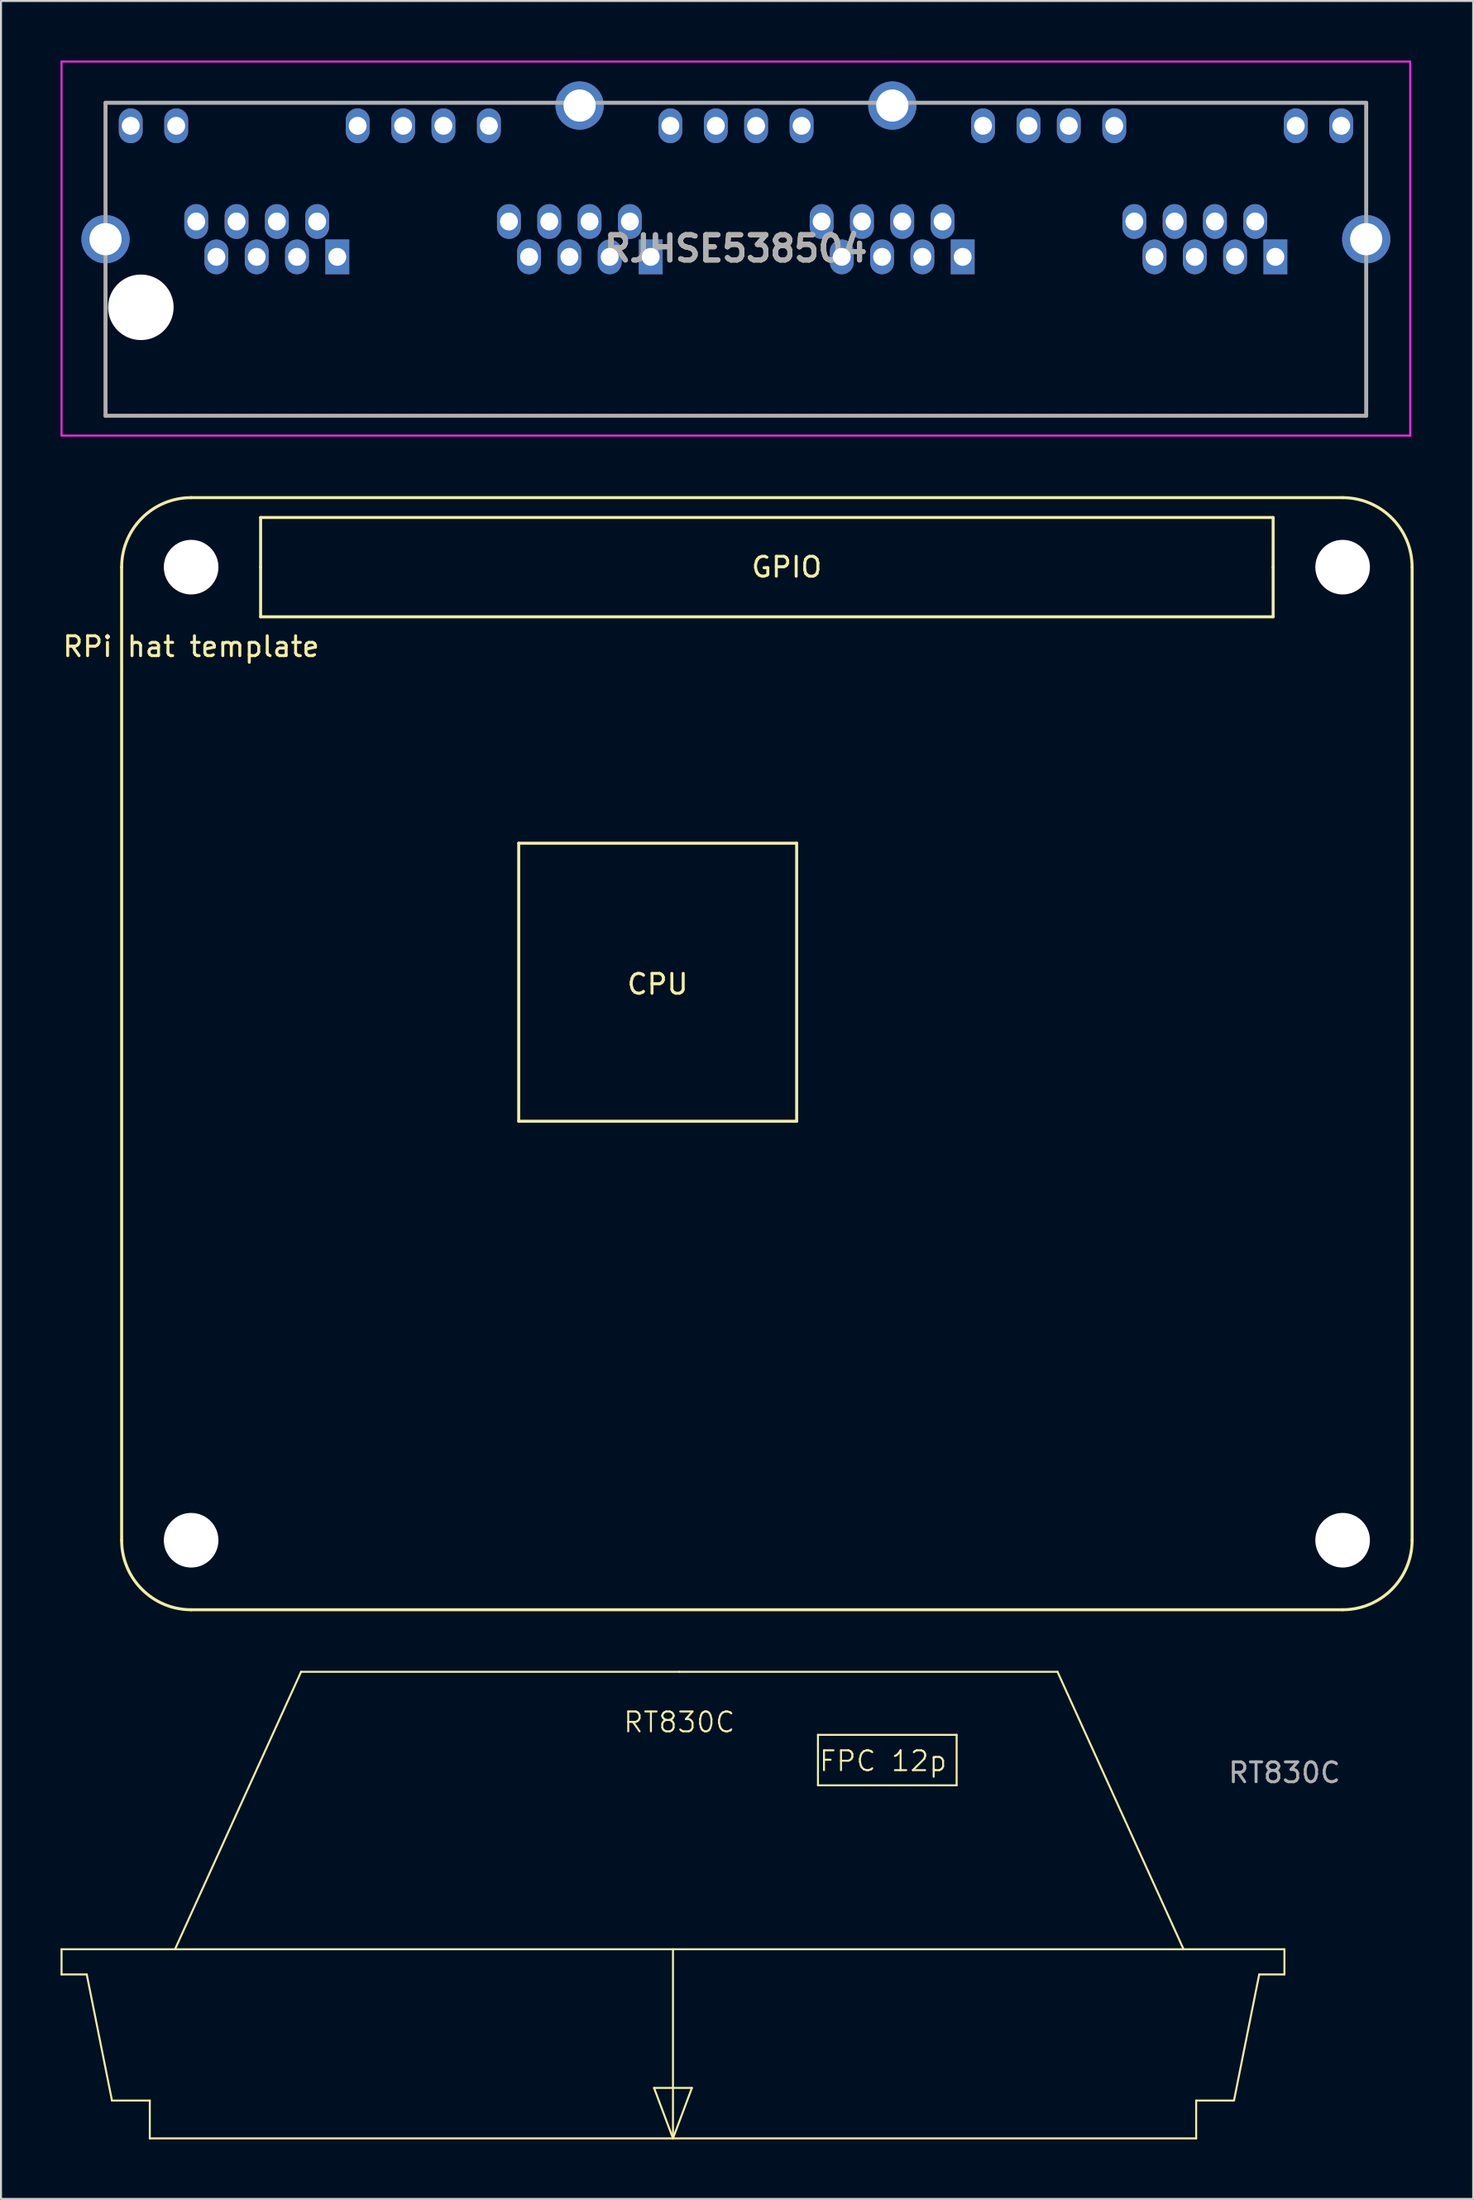
<source format=kicad_pcb>
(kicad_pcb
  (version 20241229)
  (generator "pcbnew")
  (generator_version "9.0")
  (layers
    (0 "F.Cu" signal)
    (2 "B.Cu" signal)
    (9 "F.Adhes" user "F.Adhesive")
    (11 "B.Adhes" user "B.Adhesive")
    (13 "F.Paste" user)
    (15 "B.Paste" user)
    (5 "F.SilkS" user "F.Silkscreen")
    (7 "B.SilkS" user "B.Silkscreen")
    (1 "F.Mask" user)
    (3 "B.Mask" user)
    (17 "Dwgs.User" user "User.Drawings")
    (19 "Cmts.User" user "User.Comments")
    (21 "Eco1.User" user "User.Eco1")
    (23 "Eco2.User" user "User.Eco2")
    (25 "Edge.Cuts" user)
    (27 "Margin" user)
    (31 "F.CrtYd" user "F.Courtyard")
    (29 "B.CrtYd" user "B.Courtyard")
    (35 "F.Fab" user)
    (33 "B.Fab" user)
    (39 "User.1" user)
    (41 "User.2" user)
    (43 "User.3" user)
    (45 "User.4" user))
  (footprint "RT830C"
    (layer "F.Cu")
    (at 61.645 95.105)
    (property "Reference" "RT830C" (at -30.48 -11.43 0) (unlocked yes) (layer "F.SilkS") (effects (font (size 1 1) (thickness 0.1))))
    (fp_line (start -61.595 0) (end -61.595 1.27) (stroke (width 0.1) (type default)) (layer "F.SilkS"))
    (fp_line (start -61.595 0) (end 0 0) (stroke (width 0.1) (type default)) (layer "F.SilkS"))
    (fp_line (start -61.595 1.27) (end -60.325 1.27) (stroke (width 0.1) (type default)) (layer "F.SilkS"))
    (fp_line (start -60.325 1.27) (end -59.055 7.62) (stroke (width 0.1) (type default)) (layer "F.SilkS"))
    (fp_line (start -59.055 7.62) (end -57.15 7.62) (stroke (width 0.1) (type default)) (layer "F.SilkS"))
    (fp_line (start -57.15 7.62) (end -57.15 9.525) (stroke (width 0.1) (type default)) (layer "F.SilkS"))
    (fp_line (start -57.15 9.525) (end -4.445 9.525) (stroke (width 0.1) (type default)) (layer "F.SilkS"))
    (fp_line (start -55.88 0) (end -49.53 -13.97) (stroke (width 0.1) (type default)) (layer "F.SilkS"))
    (fp_line (start -31.75 6.985) (end -29.845 6.985) (stroke (width 0.1) (type default)) (layer "F.SilkS"))
    (fp_line (start -30.797 0) (end -30.797 9.525) (stroke (width 0.1) (type default)) (layer "F.SilkS"))
    (fp_line (start -30.797 9.525) (end -31.75 6.985) (stroke (width 0.1) (type default)) (layer "F.SilkS"))
    (fp_line (start -30.48 -13.97) (end -49.53 -13.97) (stroke (width 0.1) (type default)) (layer "F.SilkS"))
    (fp_line (start -30.48 -13.97) (end -11.43 -13.97) (stroke (width 0.1) (type default)) (layer "F.SilkS"))
    (fp_line (start -29.845 6.985) (end -30.797 9.525) (stroke (width 0.1) (type default)) (layer "F.SilkS"))
    (fp_line (start -23.495 -10.795) (end -23.495 -8.255) (stroke (width 0.1) (type default)) (layer "F.SilkS"))
    (fp_line (start -23.495 -8.255) (end -16.51 -8.255) (stroke (width 0.1) (type default)) (layer "F.SilkS"))
    (fp_line (start -16.51 -10.795) (end -23.495 -10.795) (stroke (width 0.1) (type default)) (layer "F.SilkS"))
    (fp_line (start -16.51 -8.255) (end -16.51 -10.795) (stroke (width 0.1) (type default)) (layer "F.SilkS"))
    (fp_line (start -5.08 0) (end -11.43 -13.97) (stroke (width 0.1) (type default)) (layer "F.SilkS"))
    (fp_line (start -4.445 7.62) (end -4.445 9.525) (stroke (width 0.1) (type default)) (layer "F.SilkS"))
    (fp_line (start -2.54 7.62) (end -4.445 7.62) (stroke (width 0.1) (type default)) (layer "F.SilkS"))
    (fp_line (start -1.27 1.27) (end -2.54 7.62) (stroke (width 0.1) (type default)) (layer "F.SilkS"))
    (fp_line (start 0 0) (end 0 1.27) (stroke (width 0.1) (type default)) (layer "F.SilkS"))
    (fp_line (start 0 1.27) (end -1.27 1.27) (stroke (width 0.1) (type default)) (layer "F.SilkS"))
    (fp_text user "FPC 12p" (at -23.495 -8.89 0) (unlocked yes) (layer "F.SilkS") (effects (font (size 1 1) (thickness 0.1)) (justify left bottom)))
    (fp_text user "${REFERENCE}" (at 0 -8.89 0) (unlocked yes) (layer "F.Fab") (effects (font (size 1 1) (thickness 0.15)))))
  (footprint "RPi hat template"
    (layer "F.Cu")
    (at 6.577 25.51)
    (property "Reference" "RPi hat template" (at 0 4 0) (layer "F.SilkS") (effects (font (size 1 1) (thickness 0.15))))
    (attr through_hole)
    (fp_line (start -3.5 49) (end -3.5 0) (stroke (width 0.15) (type solid)) (layer "F.SilkS"))
    (fp_line (start 0 -3.5) (end 58 -3.5) (stroke (width 0.15) (type solid)) (layer "F.SilkS"))
    (fp_line (start 3.5 -2.5) (end 54.5 -2.5) (stroke (width 0.15) (type solid)) (layer "F.SilkS"))
    (fp_line (start 3.5 0) (end 3.5 -2.5) (stroke (width 0.15) (type solid)) (layer "F.SilkS"))
    (fp_line (start 3.5 2.5) (end 3.5 0) (stroke (width 0.15) (type solid)) (layer "F.SilkS"))
    (fp_line (start 16.5 13.9) (end 16.5 27.9) (stroke (width 0.15) (type solid)) (layer "F.SilkS"))
    (fp_line (start 16.5 27.9) (end 30.5 27.9) (stroke (width 0.15) (type solid)) (layer "F.SilkS"))
    (fp_line (start 30.5 13.9) (end 16.5 13.9) (stroke (width 0.15) (type solid)) (layer "F.SilkS"))
    (fp_line (start 30.5 13.9) (end 30.5 27.9) (stroke (width 0.15) (type solid)) (layer "F.SilkS"))
    (fp_line (start 54.5 -2.5) (end 54.5 0) (stroke (width 0.15) (type solid)) (layer "F.SilkS"))
    (fp_line (start 54.5 0) (end 54.5 2.5) (stroke (width 0.15) (type solid)) (layer "F.SilkS"))
    (fp_line (start 54.5 2.5) (end 3.5 2.5) (stroke (width 0.15) (type solid)) (layer "F.SilkS"))
    (fp_line (start 58 52.5) (end 0 52.5) (stroke (width 0.15) (type solid)) (layer "F.SilkS"))
    (fp_line (start 61.5 0) (end 61.5 49) (stroke (width 0.15) (type solid)) (layer "F.SilkS"))
    (fp_arc (start -3.5 0) (mid -2.474874 -2.474874) (end 0 -3.5) (stroke (width 0.15) (type solid)) (layer "F.SilkS"))
    (fp_arc (start 0 52.5) (mid -2.474874 51.474874) (end -3.5 49) (stroke (width 0.15) (type solid)) (layer "F.SilkS"))
    (fp_arc (start 58 -3.5) (mid 60.474874 -2.474874) (end 61.5 0) (stroke (width 0.15) (type solid)) (layer "F.SilkS"))
    (fp_arc (start 61.5 49) (mid 60.474874 51.474874) (end 58 52.5) (stroke (width 0.15) (type solid)) (layer "F.SilkS"))
    (fp_text user "GPIO" (at 30 0 0) (layer "F.SilkS") (effects (font (size 1 1) (thickness 0.15))))
    (fp_text user "CPU" (at 23.5 21 0) (layer "F.SilkS") (effects (font (size 1 1) (thickness 0.15))))
    (pad "" np_thru_hole circle (at 0 0) (size 2.75 2.75) (drill 2.75) (layers "*.Cu" "*.Mask"))
    (pad "" np_thru_hole circle (at 0 49) (size 2.75 2.75) (drill 2.75) (layers "*.Cu" "*.Mask"))
    (pad "" np_thru_hole circle (at 58 0) (size 2.75 2.75) (drill 2.75) (layers "*.Cu" "*.Mask"))
    (pad "" np_thru_hole circle (at 58 49) (size 2.75 2.75) (drill 2.75) (layers "*.Cu" "*.Mask")))
  (footprint "RJHSE538504"
    (layer "F.Cu")
    (at 14.015 9.885)
    (property "Reference" "RJHSE538504" (at 20 -0.418 0) (layer "F.SilkS") (effects (font (size 1.27 1.27) (thickness 0.254))))
    (attr through_hole)
    (fp_line (start -11.75 -7.76) (end -11.75 -3) (stroke (width 0.1) (type solid)) (layer "F.SilkS"))
    (fp_line (start -11.75 4.5) (end -11.75 8) (stroke (width 0.1) (type solid)) (layer "F.SilkS"))
    (fp_line (start -11.75 8) (end 51.75 8) (stroke (width 0.1) (type solid)) (layer "F.SilkS"))
    (fp_line (start 10 -7.76) (end -11.75 -7.76) (stroke (width 0.1) (type solid)) (layer "F.SilkS"))
    (fp_line (start 26 -7.76) (end 14 -7.76) (stroke (width 0.1) (type solid)) (layer "F.SilkS"))
    (fp_line (start 51.75 -7.76) (end 30 -7.76) (stroke (width 0.1) (type solid)) (layer "F.SilkS"))
    (fp_line (start 51.75 -3) (end 51.75 -7.76) (stroke (width 0.1) (type solid)) (layer "F.SilkS"))
    (fp_line (start 51.75 8) (end 51.75 4.5) (stroke (width 0.1) (type solid)) (layer "F.SilkS"))
    (fp_line (start -13.965 -9.835) (end 53.965 -9.835) (stroke (width 0.1) (type solid)) (layer "F.CrtYd"))
    (fp_line (start -13.965 9) (end -13.965 -9.835) (stroke (width 0.1) (type solid)) (layer "F.CrtYd"))
    (fp_line (start 53.965 -9.835) (end 53.965 9) (stroke (width 0.1) (type solid)) (layer "F.CrtYd"))
    (fp_line (start 53.965 9) (end -13.965 9) (stroke (width 0.1) (type solid)) (layer "F.CrtYd"))
    (fp_line (start -11.75 -7.76) (end 51.75 -7.76) (stroke (width 0.2) (type solid)) (layer "F.Fab"))
    (fp_line (start -11.75 8) (end -11.75 -7.76) (stroke (width 0.2) (type solid)) (layer "F.Fab"))
    (fp_line (start 51.75 -7.76) (end 51.75 8) (stroke (width 0.2) (type solid)) (layer "F.Fab"))
    (fp_line (start 51.75 8) (end -11.75 8) (stroke (width 0.2) (type solid)) (layer "F.Fab"))
    (fp_text user "${REFERENCE}" (at 20 -0.418 0) (layer "F.Fab") (effects (font (size 1.27 1.27) (thickness 0.254))))
    (pad "" np_thru_hole circle (at -9.97 2.54) (size 3.3 3.3) (drill 3.3) (layers "*.Cu" "*.Mask"))
    (pad "" np_thru_hole circle (at 49.97 2.54) (size 0.001 0.001) (drill 3.3) (layers "*.Cu" "*.Mask"))
    (pad "A1" thru_hole rect (at -0.075 0) (size 1.2 1.75) (drill 0.9) (layers "*.Cu" "*.Mask"))
    (pad "A2" thru_hole oval (at -1.09 -1.78) (size 1.2 1.75) (drill 0.9) (layers "*.Cu" "*.Mask"))
    (pad "A3" thru_hole oval (at -2.105 0) (size 1.2 1.75) (drill 0.9) (layers "*.Cu" "*.Mask"))
    (pad "A4" thru_hole oval (at -3.12 -1.78) (size 1.2 1.75) (drill 0.9) (layers "*.Cu" "*.Mask"))
    (pad "A5" thru_hole oval (at -4.135 0) (size 1.2 1.75) (drill 0.9) (layers "*.Cu" "*.Mask"))
    (pad "A6" thru_hole oval (at -5.15 -1.78) (size 1.2 1.75) (drill 0.9) (layers "*.Cu" "*.Mask"))
    (pad "A7" thru_hole oval (at -6.165 0) (size 1.2 1.75) (drill 0.9) (layers "*.Cu" "*.Mask"))
    (pad "A8" thru_hole oval (at -7.18 -1.78) (size 1.2 1.75) (drill 0.9) (layers "*.Cu" "*.Mask"))
    (pad "A9" thru_hole oval (at 3.24 -6.6) (size 1.2 1.75) (drill 0.9) (layers "*.Cu" "*.Mask"))
    (pad "A10" thru_hole oval (at 0.95 -6.6) (size 1.2 1.75) (drill 0.9) (layers "*.Cu" "*.Mask"))
    (pad "A11" thru_hole oval (at -8.19 -6.6) (size 1.2 1.75) (drill 0.9) (layers "*.Cu" "*.Mask"))
    (pad "A12" thru_hole oval (at -10.48 -6.6) (size 1.2 1.75) (drill 0.9) (layers "*.Cu" "*.Mask"))
    (pad "B1" thru_hole rect (at 15.71 0) (size 1.2 1.75) (drill 0.9) (layers "*.Cu" "*.Mask"))
    (pad "B2" thru_hole oval (at 14.66 -1.78) (size 1.2 1.75) (drill 0.9) (layers "*.Cu" "*.Mask"))
    (pad "B3" thru_hole oval (at 13.645 0) (size 1.2 1.75) (drill 0.9) (layers "*.Cu" "*.Mask"))
    (pad "B4" thru_hole oval (at 12.63 -1.78) (size 1.2 1.75) (drill 0.9) (layers "*.Cu" "*.Mask"))
    (pad "B5" thru_hole oval (at 11.615 0) (size 1.2 1.75) (drill 0.9) (layers "*.Cu" "*.Mask"))
    (pad "B6" thru_hole oval (at 10.6 -1.78) (size 1.2 1.75) (drill 0.9) (layers "*.Cu" "*.Mask"))
    (pad "B7" thru_hole oval (at 9.585 0) (size 1.2 1.75) (drill 0.9) (layers "*.Cu" "*.Mask"))
    (pad "B8" thru_hole oval (at 8.57 -1.78) (size 1.2 1.75) (drill 0.9) (layers "*.Cu" "*.Mask"))
    (pad "B9" thru_hole oval (at 18.99 -6.6) (size 1.2 1.75) (drill 0.9) (layers "*.Cu" "*.Mask"))
    (pad "B10" thru_hole oval (at 16.7 -6.6) (size 1.2 1.75) (drill 0.9) (layers "*.Cu" "*.Mask"))
    (pad "B11" thru_hole oval (at 7.56 -6.6) (size 1.2 1.75) (drill 0.9) (layers "*.Cu" "*.Mask"))
    (pad "B12" thru_hole oval (at 5.27 -6.6) (size 1.2 1.75) (drill 0.9) (layers "*.Cu" "*.Mask"))
    (pad "C1" thru_hole rect (at 31.425 0) (size 1.2 1.75) (drill 0.9) (layers "*.Cu" "*.Mask"))
    (pad "C2" thru_hole oval (at 30.41 -1.78) (size 1.2 1.75) (drill 0.9) (layers "*.Cu" "*.Mask"))
    (pad "C3" thru_hole oval (at 29.395 0) (size 1.2 1.75) (drill 0.9) (layers "*.Cu" "*.Mask"))
    (pad "C4" thru_hole oval (at 28.38 -1.78) (size 1.2 1.75) (drill 0.9) (layers "*.Cu" "*.Mask"))
    (pad "C5" thru_hole oval (at 27.365 0) (size 1.2 1.75) (drill 0.9) (layers "*.Cu" "*.Mask"))
    (pad "C6" thru_hole oval (at 26.35 -1.78) (size 1.2 1.75) (drill 0.9) (layers "*.Cu" "*.Mask"))
    (pad "C7" thru_hole oval (at 25.335 0) (size 1.2 1.75) (drill 0.9) (layers "*.Cu" "*.Mask"))
    (pad "C8" thru_hole oval (at 24.32 -1.78) (size 1.2 1.75) (drill 0.9) (layers "*.Cu" "*.Mask"))
    (pad "C9" thru_hole oval (at 34.74 -6.6) (size 1.2 1.75) (drill 0.9) (layers "*.Cu" "*.Mask"))
    (pad "C10" thru_hole oval (at 32.45 -6.6) (size 1.2 1.75) (drill 0.9) (layers "*.Cu" "*.Mask"))
    (pad "C11" thru_hole oval (at 23.31 -6.6) (size 1.2 1.75) (drill 0.9) (layers "*.Cu" "*.Mask"))
    (pad "C12" thru_hole oval (at 21.02 -6.6) (size 1.2 1.75) (drill 0.9) (layers "*.Cu" "*.Mask"))
    (pad "D1" thru_hole rect (at 47.175 0) (size 1.2 1.75) (drill 0.9) (layers "*.Cu" "*.Mask"))
    (pad "D2" thru_hole oval (at 46.16 -1.78) (size 1.2 1.75) (drill 0.9) (layers "*.Cu" "*.Mask"))
    (pad "D3" thru_hole oval (at 45.145 0) (size 1.2 1.75) (drill 0.9) (layers "*.Cu" "*.Mask"))
    (pad "D4" thru_hole oval (at 44.13 -1.78) (size 1.2 1.75) (drill 0.9) (layers "*.Cu" "*.Mask"))
    (pad "D5" thru_hole oval (at 43.115 0) (size 1.2 1.75) (drill 0.9) (layers "*.Cu" "*.Mask"))
    (pad "D6" thru_hole oval (at 42.1 -1.78) (size 1.2 1.75) (drill 0.9) (layers "*.Cu" "*.Mask"))
    (pad "D7" thru_hole oval (at 41.085 0) (size 1.2 1.75) (drill 0.9) (layers "*.Cu" "*.Mask"))
    (pad "D8" thru_hole oval (at 40.07 -1.78) (size 1.2 1.75) (drill 0.9) (layers "*.Cu" "*.Mask"))
    (pad "D9" thru_hole oval (at 50.49 -6.6) (size 1.2 1.75) (drill 0.9) (layers "*.Cu" "*.Mask"))
    (pad "D10" thru_hole oval (at 48.2 -6.6) (size 1.2 1.75) (drill 0.9) (layers "*.Cu" "*.Mask"))
    (pad "D11" thru_hole oval (at 39.06 -6.6) (size 1.2 1.75) (drill 0.9) (layers "*.Cu" "*.Mask"))
    (pad "D12" thru_hole oval (at 36.77 -6.6) (size 1.2 1.75) (drill 0.9) (layers "*.Cu" "*.Mask"))
    (pad "MH1" thru_hole circle (at -11.75 -0.89) (size 2.43 2.43) (drill 1.62) (layers "*.Cu" "*.Mask"))
    (pad "MH2" thru_hole circle (at 12.13 -7.62) (size 2.43 2.43) (drill 1.62) (layers "*.Cu" "*.Mask"))
    (pad "MH3" thru_hole circle (at 27.88 -7.62) (size 2.43 2.43) (drill 1.62) (layers "*.Cu" "*.Mask"))
    (pad "MH4" thru_hole circle (at 51.75 -0.89) (size 2.43 2.43) (drill 1.62) (layers "*.Cu" "*.Mask")))
  (gr_rect
    (start -3 -3)
    (end 71.152 107.68)
    (stroke (width 0.1) (type default))
    (fill no)
    (layer "Edge.Cuts")))
</source>
